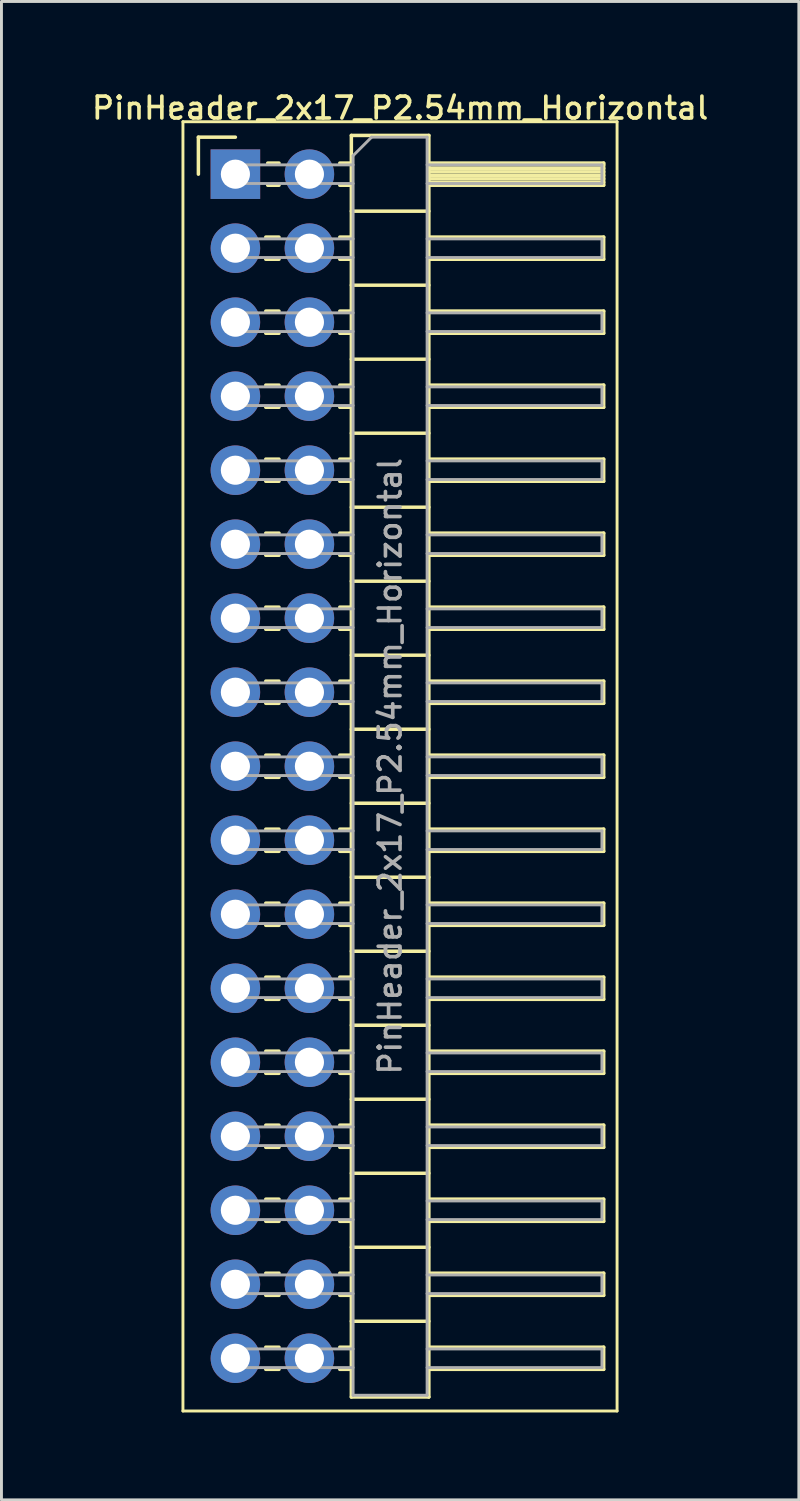
<source format=kicad_pcb>
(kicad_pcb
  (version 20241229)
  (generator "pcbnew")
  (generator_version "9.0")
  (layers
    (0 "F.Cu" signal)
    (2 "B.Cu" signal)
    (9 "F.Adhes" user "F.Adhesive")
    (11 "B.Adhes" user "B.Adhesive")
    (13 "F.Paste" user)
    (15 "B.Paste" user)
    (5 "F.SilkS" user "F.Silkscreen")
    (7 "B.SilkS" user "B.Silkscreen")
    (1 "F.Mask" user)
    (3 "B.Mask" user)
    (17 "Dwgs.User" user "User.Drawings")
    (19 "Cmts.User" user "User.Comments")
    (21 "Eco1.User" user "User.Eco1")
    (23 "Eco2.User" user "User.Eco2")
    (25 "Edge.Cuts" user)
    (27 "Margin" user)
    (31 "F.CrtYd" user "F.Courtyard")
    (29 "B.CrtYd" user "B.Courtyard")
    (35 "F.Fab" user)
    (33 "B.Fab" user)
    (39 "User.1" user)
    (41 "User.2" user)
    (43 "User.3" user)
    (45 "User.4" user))
  (footprint "PinHeader_2x17_P2.54mm_Horizontal"
    (layer "F.Cu")
    (at 5.029 2.928)
    (property "Reference" "PinHeader_2x17_P2.54mm_Horizontal" (at 5.655 -2.27 0) (layer "F.SilkS") (effects (font (size 0.75 0.75) (thickness 0.125))))
    (attr through_hole)
    (fp_line (start -1.8 -1.8) (end -1.8 42.45) (stroke (width 0.1) (type solid)) (layer "F.SilkS"))
    (fp_line (start -1.8 42.45) (end 13.1 42.45) (stroke (width 0.1) (type solid)) (layer "F.SilkS"))
    (fp_line (start -1.27 -1.27) (end 0 -1.27) (stroke (width 0.12) (type solid)) (layer "F.SilkS"))
    (fp_line (start -1.27 0) (end -1.27 -1.27) (stroke (width 0.12) (type solid)) (layer "F.SilkS"))
    (fp_line (start 1.043 2.16) (end 1.497 2.16) (stroke (width 0.12) (type solid)) (layer "F.SilkS"))
    (fp_line (start 1.043 2.92) (end 1.497 2.92) (stroke (width 0.12) (type solid)) (layer "F.SilkS"))
    (fp_line (start 1.043 4.7) (end 1.497 4.7) (stroke (width 0.12) (type solid)) (layer "F.SilkS"))
    (fp_line (start 1.043 5.46) (end 1.497 5.46) (stroke (width 0.12) (type solid)) (layer "F.SilkS"))
    (fp_line (start 1.043 7.24) (end 1.497 7.24) (stroke (width 0.12) (type solid)) (layer "F.SilkS"))
    (fp_line (start 1.043 8) (end 1.497 8) (stroke (width 0.12) (type solid)) (layer "F.SilkS"))
    (fp_line (start 1.043 9.78) (end 1.497 9.78) (stroke (width 0.12) (type solid)) (layer "F.SilkS"))
    (fp_line (start 1.043 10.54) (end 1.497 10.54) (stroke (width 0.12) (type solid)) (layer "F.SilkS"))
    (fp_line (start 1.043 12.32) (end 1.497 12.32) (stroke (width 0.12) (type solid)) (layer "F.SilkS"))
    (fp_line (start 1.043 13.08) (end 1.497 13.08) (stroke (width 0.12) (type solid)) (layer "F.SilkS"))
    (fp_line (start 1.043 14.86) (end 1.497 14.86) (stroke (width 0.12) (type solid)) (layer "F.SilkS"))
    (fp_line (start 1.043 15.62) (end 1.497 15.62) (stroke (width 0.12) (type solid)) (layer "F.SilkS"))
    (fp_line (start 1.043 17.4) (end 1.497 17.4) (stroke (width 0.12) (type solid)) (layer "F.SilkS"))
    (fp_line (start 1.043 18.16) (end 1.497 18.16) (stroke (width 0.12) (type solid)) (layer "F.SilkS"))
    (fp_line (start 1.043 19.94) (end 1.497 19.94) (stroke (width 0.12) (type solid)) (layer "F.SilkS"))
    (fp_line (start 1.043 20.7) (end 1.497 20.7) (stroke (width 0.12) (type solid)) (layer "F.SilkS"))
    (fp_line (start 1.043 22.48) (end 1.497 22.48) (stroke (width 0.12) (type solid)) (layer "F.SilkS"))
    (fp_line (start 1.043 23.24) (end 1.497 23.24) (stroke (width 0.12) (type solid)) (layer "F.SilkS"))
    (fp_line (start 1.043 25.02) (end 1.497 25.02) (stroke (width 0.12) (type solid)) (layer "F.SilkS"))
    (fp_line (start 1.043 25.78) (end 1.497 25.78) (stroke (width 0.12) (type solid)) (layer "F.SilkS"))
    (fp_line (start 1.043 27.56) (end 1.497 27.56) (stroke (width 0.12) (type solid)) (layer "F.SilkS"))
    (fp_line (start 1.043 28.32) (end 1.497 28.32) (stroke (width 0.12) (type solid)) (layer "F.SilkS"))
    (fp_line (start 1.043 30.1) (end 1.497 30.1) (stroke (width 0.12) (type solid)) (layer "F.SilkS"))
    (fp_line (start 1.043 30.86) (end 1.497 30.86) (stroke (width 0.12) (type solid)) (layer "F.SilkS"))
    (fp_line (start 1.043 32.64) (end 1.497 32.64) (stroke (width 0.12) (type solid)) (layer "F.SilkS"))
    (fp_line (start 1.043 33.4) (end 1.497 33.4) (stroke (width 0.12) (type solid)) (layer "F.SilkS"))
    (fp_line (start 1.043 35.18) (end 1.497 35.18) (stroke (width 0.12) (type solid)) (layer "F.SilkS"))
    (fp_line (start 1.043 35.94) (end 1.497 35.94) (stroke (width 0.12) (type solid)) (layer "F.SilkS"))
    (fp_line (start 1.043 37.72) (end 1.497 37.72) (stroke (width 0.12) (type solid)) (layer "F.SilkS"))
    (fp_line (start 1.043 38.48) (end 1.497 38.48) (stroke (width 0.12) (type solid)) (layer "F.SilkS"))
    (fp_line (start 1.043 40.26) (end 1.497 40.26) (stroke (width 0.12) (type solid)) (layer "F.SilkS"))
    (fp_line (start 1.043 41.02) (end 1.497 41.02) (stroke (width 0.12) (type solid)) (layer "F.SilkS"))
    (fp_line (start 1.11 -0.38) (end 1.497 -0.38) (stroke (width 0.12) (type solid)) (layer "F.SilkS"))
    (fp_line (start 1.11 0.38) (end 1.497 0.38) (stroke (width 0.12) (type solid)) (layer "F.SilkS"))
    (fp_line (start 3.583 -0.38) (end 3.98 -0.38) (stroke (width 0.12) (type solid)) (layer "F.SilkS"))
    (fp_line (start 3.583 0.38) (end 3.98 0.38) (stroke (width 0.12) (type solid)) (layer "F.SilkS"))
    (fp_line (start 3.583 2.16) (end 3.98 2.16) (stroke (width 0.12) (type solid)) (layer "F.SilkS"))
    (fp_line (start 3.583 2.92) (end 3.98 2.92) (stroke (width 0.12) (type solid)) (layer "F.SilkS"))
    (fp_line (start 3.583 4.7) (end 3.98 4.7) (stroke (width 0.12) (type solid)) (layer "F.SilkS"))
    (fp_line (start 3.583 5.46) (end 3.98 5.46) (stroke (width 0.12) (type solid)) (layer "F.SilkS"))
    (fp_line (start 3.583 7.24) (end 3.98 7.24) (stroke (width 0.12) (type solid)) (layer "F.SilkS"))
    (fp_line (start 3.583 8) (end 3.98 8) (stroke (width 0.12) (type solid)) (layer "F.SilkS"))
    (fp_line (start 3.583 9.78) (end 3.98 9.78) (stroke (width 0.12) (type solid)) (layer "F.SilkS"))
    (fp_line (start 3.583 10.54) (end 3.98 10.54) (stroke (width 0.12) (type solid)) (layer "F.SilkS"))
    (fp_line (start 3.583 12.32) (end 3.98 12.32) (stroke (width 0.12) (type solid)) (layer "F.SilkS"))
    (fp_line (start 3.583 13.08) (end 3.98 13.08) (stroke (width 0.12) (type solid)) (layer "F.SilkS"))
    (fp_line (start 3.583 14.86) (end 3.98 14.86) (stroke (width 0.12) (type solid)) (layer "F.SilkS"))
    (fp_line (start 3.583 15.62) (end 3.98 15.62) (stroke (width 0.12) (type solid)) (layer "F.SilkS"))
    (fp_line (start 3.583 17.4) (end 3.98 17.4) (stroke (width 0.12) (type solid)) (layer "F.SilkS"))
    (fp_line (start 3.583 18.16) (end 3.98 18.16) (stroke (width 0.12) (type solid)) (layer "F.SilkS"))
    (fp_line (start 3.583 19.94) (end 3.98 19.94) (stroke (width 0.12) (type solid)) (layer "F.SilkS"))
    (fp_line (start 3.583 20.7) (end 3.98 20.7) (stroke (width 0.12) (type solid)) (layer "F.SilkS"))
    (fp_line (start 3.583 22.48) (end 3.98 22.48) (stroke (width 0.12) (type solid)) (layer "F.SilkS"))
    (fp_line (start 3.583 23.24) (end 3.98 23.24) (stroke (width 0.12) (type solid)) (layer "F.SilkS"))
    (fp_line (start 3.583 25.02) (end 3.98 25.02) (stroke (width 0.12) (type solid)) (layer "F.SilkS"))
    (fp_line (start 3.583 25.78) (end 3.98 25.78) (stroke (width 0.12) (type solid)) (layer "F.SilkS"))
    (fp_line (start 3.583 27.56) (end 3.98 27.56) (stroke (width 0.12) (type solid)) (layer "F.SilkS"))
    (fp_line (start 3.583 28.32) (end 3.98 28.32) (stroke (width 0.12) (type solid)) (layer "F.SilkS"))
    (fp_line (start 3.583 30.1) (end 3.98 30.1) (stroke (width 0.12) (type solid)) (layer "F.SilkS"))
    (fp_line (start 3.583 30.86) (end 3.98 30.86) (stroke (width 0.12) (type solid)) (layer "F.SilkS"))
    (fp_line (start 3.583 32.64) (end 3.98 32.64) (stroke (width 0.12) (type solid)) (layer "F.SilkS"))
    (fp_line (start 3.583 33.4) (end 3.98 33.4) (stroke (width 0.12) (type solid)) (layer "F.SilkS"))
    (fp_line (start 3.583 35.18) (end 3.98 35.18) (stroke (width 0.12) (type solid)) (layer "F.SilkS"))
    (fp_line (start 3.583 35.94) (end 3.98 35.94) (stroke (width 0.12) (type solid)) (layer "F.SilkS"))
    (fp_line (start 3.583 37.72) (end 3.98 37.72) (stroke (width 0.12) (type solid)) (layer "F.SilkS"))
    (fp_line (start 3.583 38.48) (end 3.98 38.48) (stroke (width 0.12) (type solid)) (layer "F.SilkS"))
    (fp_line (start 3.583 40.26) (end 3.98 40.26) (stroke (width 0.12) (type solid)) (layer "F.SilkS"))
    (fp_line (start 3.583 41.02) (end 3.98 41.02) (stroke (width 0.12) (type solid)) (layer "F.SilkS"))
    (fp_line (start 3.98 -1.33) (end 3.98 41.97) (stroke (width 0.12) (type solid)) (layer "F.SilkS"))
    (fp_line (start 3.98 1.27) (end 6.64 1.27) (stroke (width 0.12) (type solid)) (layer "F.SilkS"))
    (fp_line (start 3.98 3.81) (end 6.64 3.81) (stroke (width 0.12) (type solid)) (layer "F.SilkS"))
    (fp_line (start 3.98 6.35) (end 6.64 6.35) (stroke (width 0.12) (type solid)) (layer "F.SilkS"))
    (fp_line (start 3.98 8.89) (end 6.64 8.89) (stroke (width 0.12) (type solid)) (layer "F.SilkS"))
    (fp_line (start 3.98 11.43) (end 6.64 11.43) (stroke (width 0.12) (type solid)) (layer "F.SilkS"))
    (fp_line (start 3.98 13.97) (end 6.64 13.97) (stroke (width 0.12) (type solid)) (layer "F.SilkS"))
    (fp_line (start 3.98 16.51) (end 6.64 16.51) (stroke (width 0.12) (type solid)) (layer "F.SilkS"))
    (fp_line (start 3.98 19.05) (end 6.64 19.05) (stroke (width 0.12) (type solid)) (layer "F.SilkS"))
    (fp_line (start 3.98 21.59) (end 6.64 21.59) (stroke (width 0.12) (type solid)) (layer "F.SilkS"))
    (fp_line (start 3.98 24.13) (end 6.64 24.13) (stroke (width 0.12) (type solid)) (layer "F.SilkS"))
    (fp_line (start 3.98 26.67) (end 6.64 26.67) (stroke (width 0.12) (type solid)) (layer "F.SilkS"))
    (fp_line (start 3.98 29.21) (end 6.64 29.21) (stroke (width 0.12) (type solid)) (layer "F.SilkS"))
    (fp_line (start 3.98 31.75) (end 6.64 31.75) (stroke (width 0.12) (type solid)) (layer "F.SilkS"))
    (fp_line (start 3.98 34.29) (end 6.64 34.29) (stroke (width 0.12) (type solid)) (layer "F.SilkS"))
    (fp_line (start 3.98 36.83) (end 6.64 36.83) (stroke (width 0.12) (type solid)) (layer "F.SilkS"))
    (fp_line (start 3.98 39.37) (end 6.64 39.37) (stroke (width 0.12) (type solid)) (layer "F.SilkS"))
    (fp_line (start 3.98 41.97) (end 6.64 41.97) (stroke (width 0.12) (type solid)) (layer "F.SilkS"))
    (fp_line (start 6.64 -1.33) (end 3.98 -1.33) (stroke (width 0.12) (type solid)) (layer "F.SilkS"))
    (fp_line (start 6.64 -0.38) (end 12.64 -0.38) (stroke (width 0.12) (type solid)) (layer "F.SilkS"))
    (fp_line (start 6.64 -0.32) (end 12.64 -0.32) (stroke (width 0.12) (type solid)) (layer "F.SilkS"))
    (fp_line (start 6.64 -0.2) (end 12.64 -0.2) (stroke (width 0.12) (type solid)) (layer "F.SilkS"))
    (fp_line (start 6.64 -0.08) (end 12.64 -0.08) (stroke (width 0.12) (type solid)) (layer "F.SilkS"))
    (fp_line (start 6.64 0.04) (end 12.64 0.04) (stroke (width 0.12) (type solid)) (layer "F.SilkS"))
    (fp_line (start 6.64 0.16) (end 12.64 0.16) (stroke (width 0.12) (type solid)) (layer "F.SilkS"))
    (fp_line (start 6.64 0.28) (end 12.64 0.28) (stroke (width 0.12) (type solid)) (layer "F.SilkS"))
    (fp_line (start 6.64 2.16) (end 12.64 2.16) (stroke (width 0.12) (type solid)) (layer "F.SilkS"))
    (fp_line (start 6.64 4.7) (end 12.64 4.7) (stroke (width 0.12) (type solid)) (layer "F.SilkS"))
    (fp_line (start 6.64 7.24) (end 12.64 7.24) (stroke (width 0.12) (type solid)) (layer "F.SilkS"))
    (fp_line (start 6.64 9.78) (end 12.64 9.78) (stroke (width 0.12) (type solid)) (layer "F.SilkS"))
    (fp_line (start 6.64 12.32) (end 12.64 12.32) (stroke (width 0.12) (type solid)) (layer "F.SilkS"))
    (fp_line (start 6.64 14.86) (end 12.64 14.86) (stroke (width 0.12) (type solid)) (layer "F.SilkS"))
    (fp_line (start 6.64 17.4) (end 12.64 17.4) (stroke (width 0.12) (type solid)) (layer "F.SilkS"))
    (fp_line (start 6.64 19.94) (end 12.64 19.94) (stroke (width 0.12) (type solid)) (layer "F.SilkS"))
    (fp_line (start 6.64 22.48) (end 12.64 22.48) (stroke (width 0.12) (type solid)) (layer "F.SilkS"))
    (fp_line (start 6.64 25.02) (end 12.64 25.02) (stroke (width 0.12) (type solid)) (layer "F.SilkS"))
    (fp_line (start 6.64 27.56) (end 12.64 27.56) (stroke (width 0.12) (type solid)) (layer "F.SilkS"))
    (fp_line (start 6.64 30.1) (end 12.64 30.1) (stroke (width 0.12) (type solid)) (layer "F.SilkS"))
    (fp_line (start 6.64 32.64) (end 12.64 32.64) (stroke (width 0.12) (type solid)) (layer "F.SilkS"))
    (fp_line (start 6.64 35.18) (end 12.64 35.18) (stroke (width 0.12) (type solid)) (layer "F.SilkS"))
    (fp_line (start 6.64 37.72) (end 12.64 37.72) (stroke (width 0.12) (type solid)) (layer "F.SilkS"))
    (fp_line (start 6.64 40.26) (end 12.64 40.26) (stroke (width 0.12) (type solid)) (layer "F.SilkS"))
    (fp_line (start 6.64 41.97) (end 6.64 -1.33) (stroke (width 0.12) (type solid)) (layer "F.SilkS"))
    (fp_line (start 12.64 -0.38) (end 12.64 0.38) (stroke (width 0.12) (type solid)) (layer "F.SilkS"))
    (fp_line (start 12.64 0.38) (end 6.64 0.38) (stroke (width 0.12) (type solid)) (layer "F.SilkS"))
    (fp_line (start 12.64 2.16) (end 12.64 2.92) (stroke (width 0.12) (type solid)) (layer "F.SilkS"))
    (fp_line (start 12.64 2.92) (end 6.64 2.92) (stroke (width 0.12) (type solid)) (layer "F.SilkS"))
    (fp_line (start 12.64 4.7) (end 12.64 5.46) (stroke (width 0.12) (type solid)) (layer "F.SilkS"))
    (fp_line (start 12.64 5.46) (end 6.64 5.46) (stroke (width 0.12) (type solid)) (layer "F.SilkS"))
    (fp_line (start 12.64 7.24) (end 12.64 8) (stroke (width 0.12) (type solid)) (layer "F.SilkS"))
    (fp_line (start 12.64 8) (end 6.64 8) (stroke (width 0.12) (type solid)) (layer "F.SilkS"))
    (fp_line (start 12.64 9.78) (end 12.64 10.54) (stroke (width 0.12) (type solid)) (layer "F.SilkS"))
    (fp_line (start 12.64 10.54) (end 6.64 10.54) (stroke (width 0.12) (type solid)) (layer "F.SilkS"))
    (fp_line (start 12.64 12.32) (end 12.64 13.08) (stroke (width 0.12) (type solid)) (layer "F.SilkS"))
    (fp_line (start 12.64 13.08) (end 6.64 13.08) (stroke (width 0.12) (type solid)) (layer "F.SilkS"))
    (fp_line (start 12.64 14.86) (end 12.64 15.62) (stroke (width 0.12) (type solid)) (layer "F.SilkS"))
    (fp_line (start 12.64 15.62) (end 6.64 15.62) (stroke (width 0.12) (type solid)) (layer "F.SilkS"))
    (fp_line (start 12.64 17.4) (end 12.64 18.16) (stroke (width 0.12) (type solid)) (layer "F.SilkS"))
    (fp_line (start 12.64 18.16) (end 6.64 18.16) (stroke (width 0.12) (type solid)) (layer "F.SilkS"))
    (fp_line (start 12.64 19.94) (end 12.64 20.7) (stroke (width 0.12) (type solid)) (layer "F.SilkS"))
    (fp_line (start 12.64 20.7) (end 6.64 20.7) (stroke (width 0.12) (type solid)) (layer "F.SilkS"))
    (fp_line (start 12.64 22.48) (end 12.64 23.24) (stroke (width 0.12) (type solid)) (layer "F.SilkS"))
    (fp_line (start 12.64 23.24) (end 6.64 23.24) (stroke (width 0.12) (type solid)) (layer "F.SilkS"))
    (fp_line (start 12.64 25.02) (end 12.64 25.78) (stroke (width 0.12) (type solid)) (layer "F.SilkS"))
    (fp_line (start 12.64 25.78) (end 6.64 25.78) (stroke (width 0.12) (type solid)) (layer "F.SilkS"))
    (fp_line (start 12.64 27.56) (end 12.64 28.32) (stroke (width 0.12) (type solid)) (layer "F.SilkS"))
    (fp_line (start 12.64 28.32) (end 6.64 28.32) (stroke (width 0.12) (type solid)) (layer "F.SilkS"))
    (fp_line (start 12.64 30.1) (end 12.64 30.86) (stroke (width 0.12) (type solid)) (layer "F.SilkS"))
    (fp_line (start 12.64 30.86) (end 6.64 30.86) (stroke (width 0.12) (type solid)) (layer "F.SilkS"))
    (fp_line (start 12.64 32.64) (end 12.64 33.4) (stroke (width 0.12) (type solid)) (layer "F.SilkS"))
    (fp_line (start 12.64 33.4) (end 6.64 33.4) (stroke (width 0.12) (type solid)) (layer "F.SilkS"))
    (fp_line (start 12.64 35.18) (end 12.64 35.94) (stroke (width 0.12) (type solid)) (layer "F.SilkS"))
    (fp_line (start 12.64 35.94) (end 6.64 35.94) (stroke (width 0.12) (type solid)) (layer "F.SilkS"))
    (fp_line (start 12.64 37.72) (end 12.64 38.48) (stroke (width 0.12) (type solid)) (layer "F.SilkS"))
    (fp_line (start 12.64 38.48) (end 6.64 38.48) (stroke (width 0.12) (type solid)) (layer "F.SilkS"))
    (fp_line (start 12.64 40.26) (end 12.64 41.02) (stroke (width 0.12) (type solid)) (layer "F.SilkS"))
    (fp_line (start 12.64 41.02) (end 6.64 41.02) (stroke (width 0.12) (type solid)) (layer "F.SilkS"))
    (fp_line (start 13.1 -1.8) (end -1.8 -1.8) (stroke (width 0.1) (type solid)) (layer "F.SilkS"))
    (fp_line (start 13.1 42.45) (end 13.1 -1.8) (stroke (width 0.1) (type solid)) (layer "F.SilkS"))
    (fp_line (start -0.32 -0.32) (end -0.32 0.32) (stroke (width 0.1) (type solid)) (layer "F.Fab"))
    (fp_line (start -0.32 -0.32) (end 4.04 -0.32) (stroke (width 0.1) (type solid)) (layer "F.Fab"))
    (fp_line (start -0.32 0.32) (end 4.04 0.32) (stroke (width 0.1) (type solid)) (layer "F.Fab"))
    (fp_line (start -0.32 2.22) (end -0.32 2.86) (stroke (width 0.1) (type solid)) (layer "F.Fab"))
    (fp_line (start -0.32 2.22) (end 4.04 2.22) (stroke (width 0.1) (type solid)) (layer "F.Fab"))
    (fp_line (start -0.32 2.86) (end 4.04 2.86) (stroke (width 0.1) (type solid)) (layer "F.Fab"))
    (fp_line (start -0.32 4.76) (end -0.32 5.4) (stroke (width 0.1) (type solid)) (layer "F.Fab"))
    (fp_line (start -0.32 4.76) (end 4.04 4.76) (stroke (width 0.1) (type solid)) (layer "F.Fab"))
    (fp_line (start -0.32 5.4) (end 4.04 5.4) (stroke (width 0.1) (type solid)) (layer "F.Fab"))
    (fp_line (start -0.32 7.3) (end -0.32 7.94) (stroke (width 0.1) (type solid)) (layer "F.Fab"))
    (fp_line (start -0.32 7.3) (end 4.04 7.3) (stroke (width 0.1) (type solid)) (layer "F.Fab"))
    (fp_line (start -0.32 7.94) (end 4.04 7.94) (stroke (width 0.1) (type solid)) (layer "F.Fab"))
    (fp_line (start -0.32 9.84) (end -0.32 10.48) (stroke (width 0.1) (type solid)) (layer "F.Fab"))
    (fp_line (start -0.32 9.84) (end 4.04 9.84) (stroke (width 0.1) (type solid)) (layer "F.Fab"))
    (fp_line (start -0.32 10.48) (end 4.04 10.48) (stroke (width 0.1) (type solid)) (layer "F.Fab"))
    (fp_line (start -0.32 12.38) (end -0.32 13.02) (stroke (width 0.1) (type solid)) (layer "F.Fab"))
    (fp_line (start -0.32 12.38) (end 4.04 12.38) (stroke (width 0.1) (type solid)) (layer "F.Fab"))
    (fp_line (start -0.32 13.02) (end 4.04 13.02) (stroke (width 0.1) (type solid)) (layer "F.Fab"))
    (fp_line (start -0.32 14.92) (end -0.32 15.56) (stroke (width 0.1) (type solid)) (layer "F.Fab"))
    (fp_line (start -0.32 14.92) (end 4.04 14.92) (stroke (width 0.1) (type solid)) (layer "F.Fab"))
    (fp_line (start -0.32 15.56) (end 4.04 15.56) (stroke (width 0.1) (type solid)) (layer "F.Fab"))
    (fp_line (start -0.32 17.46) (end -0.32 18.1) (stroke (width 0.1) (type solid)) (layer "F.Fab"))
    (fp_line (start -0.32 17.46) (end 4.04 17.46) (stroke (width 0.1) (type solid)) (layer "F.Fab"))
    (fp_line (start -0.32 18.1) (end 4.04 18.1) (stroke (width 0.1) (type solid)) (layer "F.Fab"))
    (fp_line (start -0.32 20) (end -0.32 20.64) (stroke (width 0.1) (type solid)) (layer "F.Fab"))
    (fp_line (start -0.32 20) (end 4.04 20) (stroke (width 0.1) (type solid)) (layer "F.Fab"))
    (fp_line (start -0.32 20.64) (end 4.04 20.64) (stroke (width 0.1) (type solid)) (layer "F.Fab"))
    (fp_line (start -0.32 22.54) (end -0.32 23.18) (stroke (width 0.1) (type solid)) (layer "F.Fab"))
    (fp_line (start -0.32 22.54) (end 4.04 22.54) (stroke (width 0.1) (type solid)) (layer "F.Fab"))
    (fp_line (start -0.32 23.18) (end 4.04 23.18) (stroke (width 0.1) (type solid)) (layer "F.Fab"))
    (fp_line (start -0.32 25.08) (end -0.32 25.72) (stroke (width 0.1) (type solid)) (layer "F.Fab"))
    (fp_line (start -0.32 25.08) (end 4.04 25.08) (stroke (width 0.1) (type solid)) (layer "F.Fab"))
    (fp_line (start -0.32 25.72) (end 4.04 25.72) (stroke (width 0.1) (type solid)) (layer "F.Fab"))
    (fp_line (start -0.32 27.62) (end -0.32 28.26) (stroke (width 0.1) (type solid)) (layer "F.Fab"))
    (fp_line (start -0.32 27.62) (end 4.04 27.62) (stroke (width 0.1) (type solid)) (layer "F.Fab"))
    (fp_line (start -0.32 28.26) (end 4.04 28.26) (stroke (width 0.1) (type solid)) (layer "F.Fab"))
    (fp_line (start -0.32 30.16) (end -0.32 30.8) (stroke (width 0.1) (type solid)) (layer "F.Fab"))
    (fp_line (start -0.32 30.16) (end 4.04 30.16) (stroke (width 0.1) (type solid)) (layer "F.Fab"))
    (fp_line (start -0.32 30.8) (end 4.04 30.8) (stroke (width 0.1) (type solid)) (layer "F.Fab"))
    (fp_line (start -0.32 32.7) (end -0.32 33.34) (stroke (width 0.1) (type solid)) (layer "F.Fab"))
    (fp_line (start -0.32 32.7) (end 4.04 32.7) (stroke (width 0.1) (type solid)) (layer "F.Fab"))
    (fp_line (start -0.32 33.34) (end 4.04 33.34) (stroke (width 0.1) (type solid)) (layer "F.Fab"))
    (fp_line (start -0.32 35.24) (end -0.32 35.88) (stroke (width 0.1) (type solid)) (layer "F.Fab"))
    (fp_line (start -0.32 35.24) (end 4.04 35.24) (stroke (width 0.1) (type solid)) (layer "F.Fab"))
    (fp_line (start -0.32 35.88) (end 4.04 35.88) (stroke (width 0.1) (type solid)) (layer "F.Fab"))
    (fp_line (start -0.32 37.78) (end -0.32 38.42) (stroke (width 0.1) (type solid)) (layer "F.Fab"))
    (fp_line (start -0.32 37.78) (end 4.04 37.78) (stroke (width 0.1) (type solid)) (layer "F.Fab"))
    (fp_line (start -0.32 38.42) (end 4.04 38.42) (stroke (width 0.1) (type solid)) (layer "F.Fab"))
    (fp_line (start -0.32 40.32) (end -0.32 40.96) (stroke (width 0.1) (type solid)) (layer "F.Fab"))
    (fp_line (start -0.32 40.32) (end 4.04 40.32) (stroke (width 0.1) (type solid)) (layer "F.Fab"))
    (fp_line (start -0.32 40.96) (end 4.04 40.96) (stroke (width 0.1) (type solid)) (layer "F.Fab"))
    (fp_line (start 4.04 -0.635) (end 4.675 -1.27) (stroke (width 0.1) (type solid)) (layer "F.Fab"))
    (fp_line (start 4.04 41.91) (end 4.04 -0.635) (stroke (width 0.1) (type solid)) (layer "F.Fab"))
    (fp_line (start 4.675 -1.27) (end 6.58 -1.27) (stroke (width 0.1) (type solid)) (layer "F.Fab"))
    (fp_line (start 6.58 -1.27) (end 6.58 41.91) (stroke (width 0.1) (type solid)) (layer "F.Fab"))
    (fp_line (start 6.58 -0.32) (end 12.58 -0.32) (stroke (width 0.1) (type solid)) (layer "F.Fab"))
    (fp_line (start 6.58 0.32) (end 12.58 0.32) (stroke (width 0.1) (type solid)) (layer "F.Fab"))
    (fp_line (start 6.58 2.22) (end 12.58 2.22) (stroke (width 0.1) (type solid)) (layer "F.Fab"))
    (fp_line (start 6.58 2.86) (end 12.58 2.86) (stroke (width 0.1) (type solid)) (layer "F.Fab"))
    (fp_line (start 6.58 4.76) (end 12.58 4.76) (stroke (width 0.1) (type solid)) (layer "F.Fab"))
    (fp_line (start 6.58 5.4) (end 12.58 5.4) (stroke (width 0.1) (type solid)) (layer "F.Fab"))
    (fp_line (start 6.58 7.3) (end 12.58 7.3) (stroke (width 0.1) (type solid)) (layer "F.Fab"))
    (fp_line (start 6.58 7.94) (end 12.58 7.94) (stroke (width 0.1) (type solid)) (layer "F.Fab"))
    (fp_line (start 6.58 9.84) (end 12.58 9.84) (stroke (width 0.1) (type solid)) (layer "F.Fab"))
    (fp_line (start 6.58 10.48) (end 12.58 10.48) (stroke (width 0.1) (type solid)) (layer "F.Fab"))
    (fp_line (start 6.58 12.38) (end 12.58 12.38) (stroke (width 0.1) (type solid)) (layer "F.Fab"))
    (fp_line (start 6.58 13.02) (end 12.58 13.02) (stroke (width 0.1) (type solid)) (layer "F.Fab"))
    (fp_line (start 6.58 14.92) (end 12.58 14.92) (stroke (width 0.1) (type solid)) (layer "F.Fab"))
    (fp_line (start 6.58 15.56) (end 12.58 15.56) (stroke (width 0.1) (type solid)) (layer "F.Fab"))
    (fp_line (start 6.58 17.46) (end 12.58 17.46) (stroke (width 0.1) (type solid)) (layer "F.Fab"))
    (fp_line (start 6.58 18.1) (end 12.58 18.1) (stroke (width 0.1) (type solid)) (layer "F.Fab"))
    (fp_line (start 6.58 20) (end 12.58 20) (stroke (width 0.1) (type solid)) (layer "F.Fab"))
    (fp_line (start 6.58 20.64) (end 12.58 20.64) (stroke (width 0.1) (type solid)) (layer "F.Fab"))
    (fp_line (start 6.58 22.54) (end 12.58 22.54) (stroke (width 0.1) (type solid)) (layer "F.Fab"))
    (fp_line (start 6.58 23.18) (end 12.58 23.18) (stroke (width 0.1) (type solid)) (layer "F.Fab"))
    (fp_line (start 6.58 25.08) (end 12.58 25.08) (stroke (width 0.1) (type solid)) (layer "F.Fab"))
    (fp_line (start 6.58 25.72) (end 12.58 25.72) (stroke (width 0.1) (type solid)) (layer "F.Fab"))
    (fp_line (start 6.58 27.62) (end 12.58 27.62) (stroke (width 0.1) (type solid)) (layer "F.Fab"))
    (fp_line (start 6.58 28.26) (end 12.58 28.26) (stroke (width 0.1) (type solid)) (layer "F.Fab"))
    (fp_line (start 6.58 30.16) (end 12.58 30.16) (stroke (width 0.1) (type solid)) (layer "F.Fab"))
    (fp_line (start 6.58 30.8) (end 12.58 30.8) (stroke (width 0.1) (type solid)) (layer "F.Fab"))
    (fp_line (start 6.58 32.7) (end 12.58 32.7) (stroke (width 0.1) (type solid)) (layer "F.Fab"))
    (fp_line (start 6.58 33.34) (end 12.58 33.34) (stroke (width 0.1) (type solid)) (layer "F.Fab"))
    (fp_line (start 6.58 35.24) (end 12.58 35.24) (stroke (width 0.1) (type solid)) (layer "F.Fab"))
    (fp_line (start 6.58 35.88) (end 12.58 35.88) (stroke (width 0.1) (type solid)) (layer "F.Fab"))
    (fp_line (start 6.58 37.78) (end 12.58 37.78) (stroke (width 0.1) (type solid)) (layer "F.Fab"))
    (fp_line (start 6.58 38.42) (end 12.58 38.42) (stroke (width 0.1) (type solid)) (layer "F.Fab"))
    (fp_line (start 6.58 40.32) (end 12.58 40.32) (stroke (width 0.1) (type solid)) (layer "F.Fab"))
    (fp_line (start 6.58 40.96) (end 12.58 40.96) (stroke (width 0.1) (type solid)) (layer "F.Fab"))
    (fp_line (start 6.58 41.91) (end 4.04 41.91) (stroke (width 0.1) (type solid)) (layer "F.Fab"))
    (fp_line (start 12.58 -0.32) (end 12.58 0.32) (stroke (width 0.1) (type solid)) (layer "F.Fab"))
    (fp_line (start 12.58 2.22) (end 12.58 2.86) (stroke (width 0.1) (type solid)) (layer "F.Fab"))
    (fp_line (start 12.58 4.76) (end 12.58 5.4) (stroke (width 0.1) (type solid)) (layer "F.Fab"))
    (fp_line (start 12.58 7.3) (end 12.58 7.94) (stroke (width 0.1) (type solid)) (layer "F.Fab"))
    (fp_line (start 12.58 9.84) (end 12.58 10.48) (stroke (width 0.1) (type solid)) (layer "F.Fab"))
    (fp_line (start 12.58 12.38) (end 12.58 13.02) (stroke (width 0.1) (type solid)) (layer "F.Fab"))
    (fp_line (start 12.58 14.92) (end 12.58 15.56) (stroke (width 0.1) (type solid)) (layer "F.Fab"))
    (fp_line (start 12.58 17.46) (end 12.58 18.1) (stroke (width 0.1) (type solid)) (layer "F.Fab"))
    (fp_line (start 12.58 20) (end 12.58 20.64) (stroke (width 0.1) (type solid)) (layer "F.Fab"))
    (fp_line (start 12.58 22.54) (end 12.58 23.18) (stroke (width 0.1) (type solid)) (layer "F.Fab"))
    (fp_line (start 12.58 25.08) (end 12.58 25.72) (stroke (width 0.1) (type solid)) (layer "F.Fab"))
    (fp_line (start 12.58 27.62) (end 12.58 28.26) (stroke (width 0.1) (type solid)) (layer "F.Fab"))
    (fp_line (start 12.58 30.16) (end 12.58 30.8) (stroke (width 0.1) (type solid)) (layer "F.Fab"))
    (fp_line (start 12.58 32.7) (end 12.58 33.34) (stroke (width 0.1) (type solid)) (layer "F.Fab"))
    (fp_line (start 12.58 35.24) (end 12.58 35.88) (stroke (width 0.1) (type solid)) (layer "F.Fab"))
    (fp_line (start 12.58 37.78) (end 12.58 38.42) (stroke (width 0.1) (type solid)) (layer "F.Fab"))
    (fp_line (start 12.58 40.32) (end 12.58 40.96) (stroke (width 0.1) (type solid)) (layer "F.Fab"))
    (fp_text user "${REFERENCE}" (at 5.31 20.32 90) (layer "F.Fab") (effects (font (size 0.75 0.75) (thickness 0.125))))
    (pad "1" thru_hole rect (at 0 0) (size 1.7 1.7) (drill 1) (layers "*.Cu" "*.Mask"))
    (pad "2" thru_hole oval (at 2.54 0) (size 1.7 1.7) (drill 1) (layers "*.Cu" "*.Mask"))
    (pad "3" thru_hole oval (at 0 2.54) (size 1.7 1.7) (drill 1) (layers "*.Cu" "*.Mask"))
    (pad "4" thru_hole oval (at 2.54 2.54) (size 1.7 1.7) (drill 1) (layers "*.Cu" "*.Mask"))
    (pad "5" thru_hole oval (at 0 5.08) (size 1.7 1.7) (drill 1) (layers "*.Cu" "*.Mask"))
    (pad "6" thru_hole oval (at 2.54 5.08) (size 1.7 1.7) (drill 1) (layers "*.Cu" "*.Mask"))
    (pad "7" thru_hole oval (at 0 7.62) (size 1.7 1.7) (drill 1) (layers "*.Cu" "*.Mask"))
    (pad "8" thru_hole oval (at 2.54 7.62) (size 1.7 1.7) (drill 1) (layers "*.Cu" "*.Mask"))
    (pad "9" thru_hole oval (at 0 10.16) (size 1.7 1.7) (drill 1) (layers "*.Cu" "*.Mask"))
    (pad "10" thru_hole oval (at 2.54 10.16) (size 1.7 1.7) (drill 1) (layers "*.Cu" "*.Mask"))
    (pad "11" thru_hole oval (at 0 12.7) (size 1.7 1.7) (drill 1) (layers "*.Cu" "*.Mask"))
    (pad "12" thru_hole oval (at 2.54 12.7) (size 1.7 1.7) (drill 1) (layers "*.Cu" "*.Mask"))
    (pad "13" thru_hole oval (at 0 15.24) (size 1.7 1.7) (drill 1) (layers "*.Cu" "*.Mask"))
    (pad "14" thru_hole oval (at 2.54 15.24) (size 1.7 1.7) (drill 1) (layers "*.Cu" "*.Mask"))
    (pad "15" thru_hole oval (at 0 17.78) (size 1.7 1.7) (drill 1) (layers "*.Cu" "*.Mask"))
    (pad "16" thru_hole oval (at 2.54 17.78) (size 1.7 1.7) (drill 1) (layers "*.Cu" "*.Mask"))
    (pad "17" thru_hole oval (at 0 20.32) (size 1.7 1.7) (drill 1) (layers "*.Cu" "*.Mask"))
    (pad "18" thru_hole oval (at 2.54 20.32) (size 1.7 1.7) (drill 1) (layers "*.Cu" "*.Mask"))
    (pad "19" thru_hole oval (at 0 22.86) (size 1.7 1.7) (drill 1) (layers "*.Cu" "*.Mask"))
    (pad "20" thru_hole oval (at 2.54 22.86) (size 1.7 1.7) (drill 1) (layers "*.Cu" "*.Mask"))
    (pad "21" thru_hole oval (at 0 25.4) (size 1.7 1.7) (drill 1) (layers "*.Cu" "*.Mask"))
    (pad "22" thru_hole oval (at 2.54 25.4) (size 1.7 1.7) (drill 1) (layers "*.Cu" "*.Mask"))
    (pad "23" thru_hole oval (at 0 27.94) (size 1.7 1.7) (drill 1) (layers "*.Cu" "*.Mask"))
    (pad "24" thru_hole oval (at 2.54 27.94) (size 1.7 1.7) (drill 1) (layers "*.Cu" "*.Mask"))
    (pad "25" thru_hole oval (at 0 30.48) (size 1.7 1.7) (drill 1) (layers "*.Cu" "*.Mask"))
    (pad "26" thru_hole oval (at 2.54 30.48) (size 1.7 1.7) (drill 1) (layers "*.Cu" "*.Mask"))
    (pad "27" thru_hole oval (at 0 33.02) (size 1.7 1.7) (drill 1) (layers "*.Cu" "*.Mask"))
    (pad "28" thru_hole oval (at 2.54 33.02) (size 1.7 1.7) (drill 1) (layers "*.Cu" "*.Mask"))
    (pad "29" thru_hole oval (at 0 35.56) (size 1.7 1.7) (drill 1) (layers "*.Cu" "*.Mask"))
    (pad "30" thru_hole oval (at 2.54 35.56) (size 1.7 1.7) (drill 1) (layers "*.Cu" "*.Mask"))
    (pad "31" thru_hole oval (at 0 38.1) (size 1.7 1.7) (drill 1) (layers "*.Cu" "*.Mask"))
    (pad "32" thru_hole oval (at 2.54 38.1) (size 1.7 1.7) (drill 1) (layers "*.Cu" "*.Mask"))
    (pad "33" thru_hole oval (at 0 40.64) (size 1.7 1.7) (drill 1) (layers "*.Cu" "*.Mask"))
    (pad "34" thru_hole oval (at 2.54 40.64) (size 1.7 1.7) (drill 1) (layers "*.Cu" "*.Mask")))
  (gr_rect
    (start -3 -3)
    (end 24.368 48.428)
    (stroke (width 0.1) (type default))
    (fill no)
    (layer "Edge.Cuts")))
</source>
